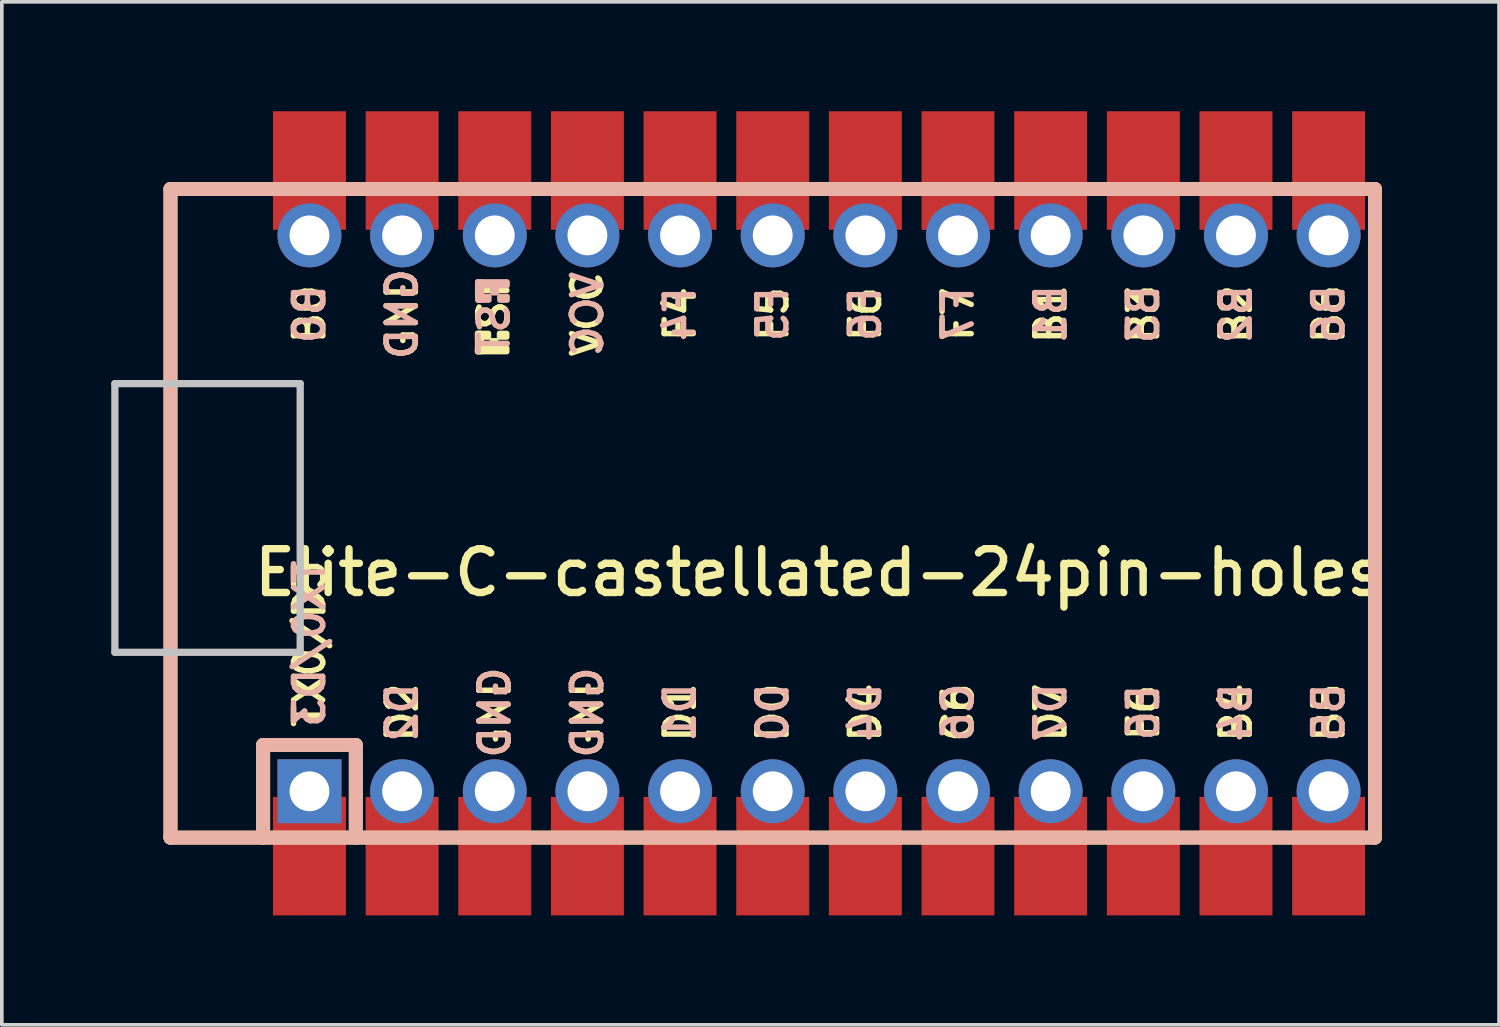
<source format=kicad_pcb>
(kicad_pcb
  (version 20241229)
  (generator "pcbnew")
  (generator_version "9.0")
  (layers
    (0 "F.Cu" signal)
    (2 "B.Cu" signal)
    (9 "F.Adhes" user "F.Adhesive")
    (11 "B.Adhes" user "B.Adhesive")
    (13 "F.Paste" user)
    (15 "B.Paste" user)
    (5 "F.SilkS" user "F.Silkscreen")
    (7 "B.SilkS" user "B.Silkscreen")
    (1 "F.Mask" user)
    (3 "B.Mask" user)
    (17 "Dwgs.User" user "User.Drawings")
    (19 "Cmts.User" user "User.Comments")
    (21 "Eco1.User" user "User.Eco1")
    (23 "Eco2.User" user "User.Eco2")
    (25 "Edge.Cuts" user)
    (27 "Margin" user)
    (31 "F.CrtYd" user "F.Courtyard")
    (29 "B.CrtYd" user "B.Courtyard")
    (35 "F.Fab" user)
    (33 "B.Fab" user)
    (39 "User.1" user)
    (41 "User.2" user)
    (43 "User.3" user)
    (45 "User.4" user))
  (footprint "Elite-C-castellated-24pin-holes"
    (layer "F.Cu")
    (at 19.404 11.023)
    (property "Reference" "Elite-C-castellated-24pin-holes" (at 0 1.625 0) (layer "F.SilkS") (effects (font (size 1.2 1.2) (thickness 0.203))))
    (attr through_hole)
    (fp_line (start -17.78 -8.89) (end -17.78 8.89) (stroke (width 0.381) (type solid)) (layer "F.SilkS"))
    (fp_line (start -17.78 8.89) (end -15.24 8.89) (stroke (width 0.381) (type solid)) (layer "F.SilkS"))
    (fp_line (start -15.24 -8.89) (end -17.78 -8.89) (stroke (width 0.381) (type solid)) (layer "F.SilkS"))
    (fp_line (start -15.24 6.35) (end -15.24 8.89) (stroke (width 0.381) (type solid)) (layer "F.SilkS"))
    (fp_line (start -15.24 6.35) (end -12.7 6.35) (stroke (width 0.381) (type solid)) (layer "F.SilkS"))
    (fp_line (start -15.24 8.89) (end 15.24 8.89) (stroke (width 0.381) (type solid)) (layer "F.SilkS"))
    (fp_line (start -12.7 6.35) (end -12.7 8.89) (stroke (width 0.381) (type solid)) (layer "F.SilkS"))
    (fp_line (start 15.24 -8.89) (end -15.24 -8.89) (stroke (width 0.381) (type solid)) (layer "F.SilkS"))
    (fp_line (start 15.24 8.89) (end 15.24 -8.89) (stroke (width 0.381) (type solid)) (layer "F.SilkS"))
    (fp_poly (pts (xy -9.361 -4.932) (xy -9.261 -4.932) (xy -9.261 -4.432) (xy -9.361 -4.432)) (stroke (width 0.15) (type solid)) (fill yes) (layer "F.SilkS"))
    (fp_poly (pts (xy -9.361 -4.932) (xy -9.061 -4.932) (xy -9.061 -4.832) (xy -9.361 -4.832)) (stroke (width 0.15) (type solid)) (fill yes) (layer "F.SilkS"))
    (fp_poly (pts (xy -9.361 -4.532) (xy -8.561 -4.532) (xy -8.561 -4.432) (xy -9.361 -4.432)) (stroke (width 0.15) (type solid)) (fill yes) (layer "F.SilkS"))
    (fp_poly (pts (xy -8.961 -4.732) (xy -8.861 -4.732) (xy -8.861 -4.632) (xy -8.961 -4.632)) (stroke (width 0.15) (type solid)) (fill yes) (layer "F.SilkS"))
    (fp_poly (pts (xy -8.761 -4.932) (xy -8.561 -4.932) (xy -8.561 -4.832) (xy -8.761 -4.832)) (stroke (width 0.15) (type solid)) (fill yes) (layer "F.SilkS"))
    (fp_line (start -17.78 -8.89) (end -17.78 8.89) (stroke (width 0.381) (type solid)) (layer "B.SilkS"))
    (fp_line (start -17.78 8.89) (end 15.24 8.89) (stroke (width 0.381) (type solid)) (layer "B.SilkS"))
    (fp_line (start -15.24 6.35) (end -15.24 8.89) (stroke (width 0.381) (type solid)) (layer "B.SilkS"))
    (fp_line (start -15.24 6.35) (end -12.7 6.35) (stroke (width 0.381) (type solid)) (layer "B.SilkS"))
    (fp_line (start -12.7 6.35) (end -12.7 8.89) (stroke (width 0.381) (type solid)) (layer "B.SilkS"))
    (fp_line (start 15.24 -8.89) (end -17.78 -8.89) (stroke (width 0.381) (type solid)) (layer "B.SilkS"))
    (fp_line (start 15.24 8.89) (end 15.24 -8.89) (stroke (width 0.381) (type solid)) (layer "B.SilkS"))
    (fp_poly (pts (xy -9.351 -6.245) (xy -8.551 -6.245) (xy -8.551 -6.345) (xy -9.351 -6.345)) (stroke (width 0.15) (type solid)) (fill yes) (layer "B.SilkS"))
    (fp_poly (pts (xy -9.351 -5.845) (xy -9.251 -5.845) (xy -9.251 -6.345) (xy -9.351 -6.345)) (stroke (width 0.15) (type solid)) (fill yes) (layer "B.SilkS"))
    (fp_poly (pts (xy -9.351 -5.845) (xy -9.051 -5.845) (xy -9.051 -5.945) (xy -9.351 -5.945)) (stroke (width 0.15) (type solid)) (fill yes) (layer "B.SilkS"))
    (fp_poly (pts (xy -8.951 -6.045) (xy -8.851 -6.045) (xy -8.851 -6.145) (xy -8.951 -6.145)) (stroke (width 0.15) (type solid)) (fill yes) (layer "B.SilkS"))
    (fp_poly (pts (xy -8.751 -5.845) (xy -8.551 -5.845) (xy -8.551 -5.945) (xy -8.751 -5.945)) (stroke (width 0.15) (type solid)) (fill yes) (layer "B.SilkS"))
    (fp_line (start -19.304 -3.556) (end -14.224 -3.556) (stroke (width 0.2) (type solid)) (layer "Dwgs.User"))
    (fp_line (start -19.304 3.81) (end -19.304 -3.556) (stroke (width 0.2) (type solid)) (layer "Dwgs.User"))
    (fp_line (start -14.224 -3.556) (end -14.224 3.81) (stroke (width 0.2) (type solid)) (layer "Dwgs.User"))
    (fp_line (start -14.224 3.81) (end -19.304 3.81) (stroke (width 0.2) (type solid)) (layer "Dwgs.User"))
    (fp_text user "B6" (at 13.97 -5.461 90) (layer "F.SilkS") (effects (font (size 0.8 0.8) (thickness 0.15))))
    (fp_text user "F6" (at 1.27 -5.461 90) (layer "F.SilkS") (effects (font (size 0.8 0.8) (thickness 0.15))))
    (fp_text user "D0" (at -1.27 5.461 90) (layer "F.SilkS") (effects (font (size 0.8 0.8) (thickness 0.15))))
    (fp_text user "GND" (at -8.89 5.461 90) (layer "F.SilkS") (effects (font (size 0.8 0.8) (thickness 0.15))))
    (fp_text user "B1" (at 6.35 -5.461 90) (layer "F.SilkS") (effects (font (size 0.8 0.8) (thickness 0.15))))
    (fp_text user "ST" (at -8.92 -5.733 90) (layer "F.SilkS") (effects (font (size 0.8 0.8) (thickness 0.15))))
    (fp_text user "GND" (at -6.35 5.461 90) (layer "F.SilkS") (effects (font (size 0.8 0.8) (thickness 0.15))))
    (fp_text user "B5" (at 13.97 5.461 90) (layer "F.SilkS") (effects (font (size 0.8 0.8) (thickness 0.15))))
    (fp_text user "D1" (at -3.81 5.461 90) (layer "F.SilkS") (effects (font (size 0.8 0.8) (thickness 0.15))))
    (fp_text user "B4" (at 11.43 5.461 90) (layer "F.SilkS") (effects (font (size 0.8 0.8) (thickness 0.15))))
    (fp_text user "TX0/D3" (at -13.97 3.572 90) (layer "F.SilkS") (effects (font (size 0.8 0.8) (thickness 0.15))))
    (fp_text user "F5" (at -1.27 -5.461 90) (layer "F.SilkS") (effects (font (size 0.8 0.8) (thickness 0.15))))
    (fp_text user "VCC" (at -6.35 -5.461 90) (layer "F.SilkS") (effects (font (size 0.8 0.8) (thickness 0.15))))
    (fp_text user "F4" (at -3.81 -5.461 90) (layer "F.SilkS") (effects (font (size 0.8 0.8) (thickness 0.15))))
    (fp_text user "B3" (at 8.89 -5.461 90) (layer "F.SilkS") (effects (font (size 0.8 0.8) (thickness 0.15))))
    (fp_text user "B2" (at 11.43 -5.461 90) (layer "F.SilkS") (effects (font (size 0.8 0.8) (thickness 0.15))))
    (fp_text user "B0" (at -13.97 -5.461 90) (layer "F.SilkS") (effects (font (size 0.8 0.8) (thickness 0.15))))
    (fp_text user "D2" (at -11.43 5.461 90) (layer "F.SilkS") (effects (font (size 0.8 0.8) (thickness 0.15))))
    (fp_text user "E6" (at 8.89 5.461 90) (layer "F.SilkS") (effects (font (size 0.8 0.8) (thickness 0.15))))
    (fp_text user "D7" (at 6.35 5.461 90) (layer "F.SilkS") (effects (font (size 0.8 0.8) (thickness 0.15))))
    (fp_text user "C6" (at 3.81 5.461 90) (layer "F.SilkS") (effects (font (size 0.8 0.8) (thickness 0.15))))
    (fp_text user "GND" (at -11.43 -5.461 90) (layer "F.SilkS") (effects (font (size 0.8 0.8) (thickness 0.15))))
    (fp_text user "F7" (at 3.81 -5.461 90) (layer "F.SilkS") (effects (font (size 0.8 0.8) (thickness 0.15))))
    (fp_text user "D4" (at 1.27 5.461 90) (layer "F.SilkS") (effects (font (size 0.8 0.8) (thickness 0.15))))
    (fp_text user "B2" (at 11.43 -5.461 90) (layer "B.SilkS") (effects (font (size 0.8 0.8) (thickness 0.15)) (justify mirror)))
    (fp_text user "B3" (at 8.89 -5.461 90) (layer "B.SilkS") (effects (font (size 0.8 0.8) (thickness 0.15)) (justify mirror)))
    (fp_text user "ST" (at -8.91 -5.04 90) (layer "B.SilkS") (effects (font (size 0.8 0.8) (thickness 0.15)) (justify mirror)))
    (fp_text user "GND" (at -6.35 5.461 90) (layer "B.SilkS") (effects (font (size 0.8 0.8) (thickness 0.15)) (justify mirror)))
    (fp_text user "B1" (at 6.35 -5.461 90) (layer "B.SilkS") (effects (font (size 0.8 0.8) (thickness 0.15)) (justify mirror)))
    (fp_text user "B0" (at -13.97 -5.461 90) (layer "B.SilkS") (effects (font (size 0.8 0.8) (thickness 0.15)) (justify mirror)))
    (fp_text user "F7" (at 3.81 -5.461 90) (layer "B.SilkS") (effects (font (size 0.8 0.8) (thickness 0.15)) (justify mirror)))
    (fp_text user "B5" (at 13.97 5.461 90) (layer "B.SilkS") (effects (font (size 0.8 0.8) (thickness 0.15)) (justify mirror)))
    (fp_text user "C6" (at 3.81 5.461 90) (layer "B.SilkS") (effects (font (size 0.8 0.8) (thickness 0.15)) (justify mirror)))
    (fp_text user "D4" (at 1.27 5.461 90) (layer "B.SilkS") (effects (font (size 0.8 0.8) (thickness 0.15)) (justify mirror)))
    (fp_text user "D0" (at -1.27 5.461 90) (layer "B.SilkS") (effects (font (size 0.8 0.8) (thickness 0.15)) (justify mirror)))
    (fp_text user "TX0/D3" (at -13.97 3.572 90) (layer "B.SilkS") (effects (font (size 0.8 0.8) (thickness 0.15)) (justify mirror)))
    (fp_text user "GND" (at -11.43 -5.461 90) (layer "B.SilkS") (effects (font (size 0.8 0.8) (thickness 0.15)) (justify mirror)))
    (fp_text user "F6" (at 1.27 -5.461 90) (layer "B.SilkS") (effects (font (size 0.8 0.8) (thickness 0.15)) (justify mirror)))
    (fp_text user "B6" (at 13.97 -5.461 90) (layer "B.SilkS") (effects (font (size 0.8 0.8) (thickness 0.15)) (justify mirror)))
    (fp_text user "VCC" (at -6.35 -5.461 90) (layer "B.SilkS") (effects (font (size 0.8 0.8) (thickness 0.15)) (justify mirror)))
    (fp_text user "E6" (at 8.89 5.461 90) (layer "B.SilkS") (effects (font (size 0.8 0.8) (thickness 0.15)) (justify mirror)))
    (fp_text user "D7" (at 6.35 5.461 90) (layer "B.SilkS") (effects (font (size 0.8 0.8) (thickness 0.15)) (justify mirror)))
    (fp_text user "D1" (at -3.81 5.461 90) (layer "B.SilkS") (effects (font (size 0.8 0.8) (thickness 0.15)) (justify mirror)))
    (fp_text user "B4" (at 11.43 5.461 90) (layer "B.SilkS") (effects (font (size 0.8 0.8) (thickness 0.15)) (justify mirror)))
    (fp_text user "D2" (at -11.43 5.461 90) (layer "B.SilkS") (effects (font (size 0.8 0.8) (thickness 0.15)) (justify mirror)))
    (fp_text user "F4" (at -3.81 -5.461 90) (layer "B.SilkS") (effects (font (size 0.8 0.8) (thickness 0.15)) (justify mirror)))
    (fp_text user "GND" (at -8.89 5.461 90) (layer "B.SilkS") (effects (font (size 0.8 0.8) (thickness 0.15)) (justify mirror)))
    (fp_text user "F5" (at -1.27 -5.461 90) (layer "B.SilkS") (effects (font (size 0.8 0.8) (thickness 0.15)) (justify mirror)))
    (pad "1" thru_hole rect (at -13.97 7.62) (size 1.753 1.753) (drill 1.092) (layers "*.Cu" "*.Mask"))
    (pad "1" smd rect (at -13.97 9.398) (size 2 3.25) (layers "F.Cu" "F.Mask" "F.Paste"))
    (pad "2" thru_hole circle (at -11.43 7.62) (size 1.753 1.753) (drill 1.092) (layers "*.Cu" "*.Mask"))
    (pad "2" smd rect (at -11.43 9.398) (size 2 3.25) (layers "F.Cu" "F.Mask" "F.Paste"))
    (pad "3" thru_hole circle (at -8.89 7.62) (size 1.753 1.753) (drill 1.092) (layers "*.Cu" "*.Mask"))
    (pad "3" smd rect (at -8.89 9.398) (size 2 3.25) (layers "F.Cu" "F.Mask" "F.Paste"))
    (pad "4" thru_hole circle (at -6.35 7.62) (size 1.753 1.753) (drill 1.092) (layers "*.Cu" "*.Mask"))
    (pad "4" smd rect (at -6.35 9.398) (size 2 3.25) (layers "F.Cu" "F.Mask" "F.Paste"))
    (pad "5" thru_hole circle (at -3.81 7.62) (size 1.753 1.753) (drill 1.092) (layers "*.Cu" "*.Mask"))
    (pad "5" smd rect (at -3.81 9.398) (size 2 3.25) (layers "F.Cu" "F.Mask" "F.Paste"))
    (pad "6" thru_hole circle (at -1.27 7.62) (size 1.753 1.753) (drill 1.092) (layers "*.Cu" "*.Mask"))
    (pad "6" smd rect (at -1.27 9.398) (size 2 3.25) (layers "F.Cu" "F.Mask" "F.Paste"))
    (pad "7" thru_hole circle (at 1.27 7.62) (size 1.753 1.753) (drill 1.092) (layers "*.Cu" "*.Mask"))
    (pad "7" smd rect (at 1.27 9.398) (size 2 3.25) (layers "F.Cu" "F.Mask" "F.Paste"))
    (pad "8" thru_hole circle (at 3.81 7.62) (size 1.753 1.753) (drill 1.092) (layers "*.Cu" "*.Mask"))
    (pad "8" smd rect (at 3.81 9.398) (size 2 3.25) (layers "F.Cu" "F.Mask" "F.Paste"))
    (pad "9" thru_hole circle (at 6.35 7.62) (size 1.753 1.753) (drill 1.092) (layers "*.Cu" "*.Mask"))
    (pad "9" smd rect (at 6.35 9.398) (size 2 3.25) (layers "F.Cu" "F.Mask" "F.Paste"))
    (pad "10" thru_hole circle (at 8.89 7.62) (size 1.753 1.753) (drill 1.092) (layers "*.Cu" "*.Mask"))
    (pad "10" smd rect (at 8.89 9.398) (size 2 3.25) (layers "F.Cu" "F.Mask" "F.Paste"))
    (pad "11" thru_hole circle (at 11.43 7.62) (size 1.753 1.753) (drill 1.092) (layers "*.Cu" "*.Mask"))
    (pad "11" smd rect (at 11.43 9.398) (size 2 3.25) (layers "F.Cu" "F.Mask" "F.Paste"))
    (pad "12" thru_hole circle (at 13.97 7.62) (size 1.753 1.753) (drill 1.092) (layers "*.Cu" "*.Mask"))
    (pad "12" smd rect (at 13.97 9.398) (size 2 3.25) (layers "F.Cu" "F.Mask" "F.Paste"))
    (pad "13" smd rect (at 13.97 -9.398) (size 2 3.25) (layers "F.Cu" "F.Mask" "F.Paste"))
    (pad "13" thru_hole circle (at 13.97 -7.62) (size 1.753 1.753) (drill 1.092) (layers "*.Cu" "*.Mask"))
    (pad "14" smd rect (at 11.43 -9.398) (size 2 3.25) (layers "F.Cu" "F.Mask" "F.Paste"))
    (pad "14" thru_hole circle (at 11.43 -7.62) (size 1.753 1.753) (drill 1.092) (layers "*.Cu" "*.Mask"))
    (pad "15" smd rect (at 8.89 -9.398) (size 2 3.25) (layers "F.Cu" "F.Mask" "F.Paste"))
    (pad "15" thru_hole circle (at 8.89 -7.62) (size 1.753 1.753) (drill 1.092) (layers "*.Cu" "*.Mask"))
    (pad "16" smd rect (at 6.35 -9.398) (size 2 3.25) (layers "F.Cu" "F.Mask" "F.Paste"))
    (pad "16" thru_hole circle (at 6.35 -7.62) (size 1.753 1.753) (drill 1.092) (layers "*.Cu" "*.Mask"))
    (pad "17" smd rect (at 3.81 -9.398) (size 2 3.25) (layers "F.Cu" "F.Mask" "F.Paste"))
    (pad "17" thru_hole circle (at 3.81 -7.62) (size 1.753 1.753) (drill 1.092) (layers "*.Cu" "*.Mask"))
    (pad "18" smd rect (at 1.27 -9.398) (size 2 3.25) (layers "F.Cu" "F.Mask" "F.Paste"))
    (pad "18" thru_hole circle (at 1.27 -7.62) (size 1.753 1.753) (drill 1.092) (layers "*.Cu" "*.Mask"))
    (pad "19" smd rect (at -1.27 -9.398) (size 2 3.25) (layers "F.Cu" "F.Mask" "F.Paste"))
    (pad "19" thru_hole circle (at -1.27 -7.62) (size 1.753 1.753) (drill 1.092) (layers "*.Cu" "*.Mask"))
    (pad "20" smd rect (at -3.81 -9.398) (size 2 3.25) (layers "F.Cu" "F.Mask" "F.Paste"))
    (pad "20" thru_hole circle (at -3.81 -7.62) (size 1.753 1.753) (drill 1.092) (layers "*.Cu" "*.Mask"))
    (pad "21" smd rect (at -6.35 -9.398) (size 2 3.25) (layers "F.Cu" "F.Mask" "F.Paste"))
    (pad "21" thru_hole circle (at -6.35 -7.62) (size 1.753 1.753) (drill 1.092) (layers "*.Cu" "*.Mask"))
    (pad "22" smd rect (at -8.89 -9.398) (size 2 3.25) (layers "F.Cu" "F.Mask" "F.Paste"))
    (pad "22" thru_hole circle (at -8.89 -7.62) (size 1.753 1.753) (drill 1.092) (layers "*.Cu" "*.Mask"))
    (pad "23" smd rect (at -11.43 -9.398) (size 2 3.25) (layers "F.Cu" "F.Mask" "F.Paste"))
    (pad "23" thru_hole circle (at -11.43 -7.62) (size 1.753 1.753) (drill 1.092) (layers "*.Cu" "*.Mask"))
    (pad "24" smd rect (at -13.97 -9.398) (size 2 3.25) (layers "F.Cu" "F.Mask" "F.Paste"))
    (pad "24" thru_hole circle (at -13.97 -7.62) (size 1.753 1.753) (drill 1.092) (layers "*.Cu" "*.Mask")))
  (gr_rect
    (start -3 -3)
    (end 38.046 25.046)
    (stroke (width 0.1) (type default))
    (fill no)
    (layer "Edge.Cuts")))
</source>
